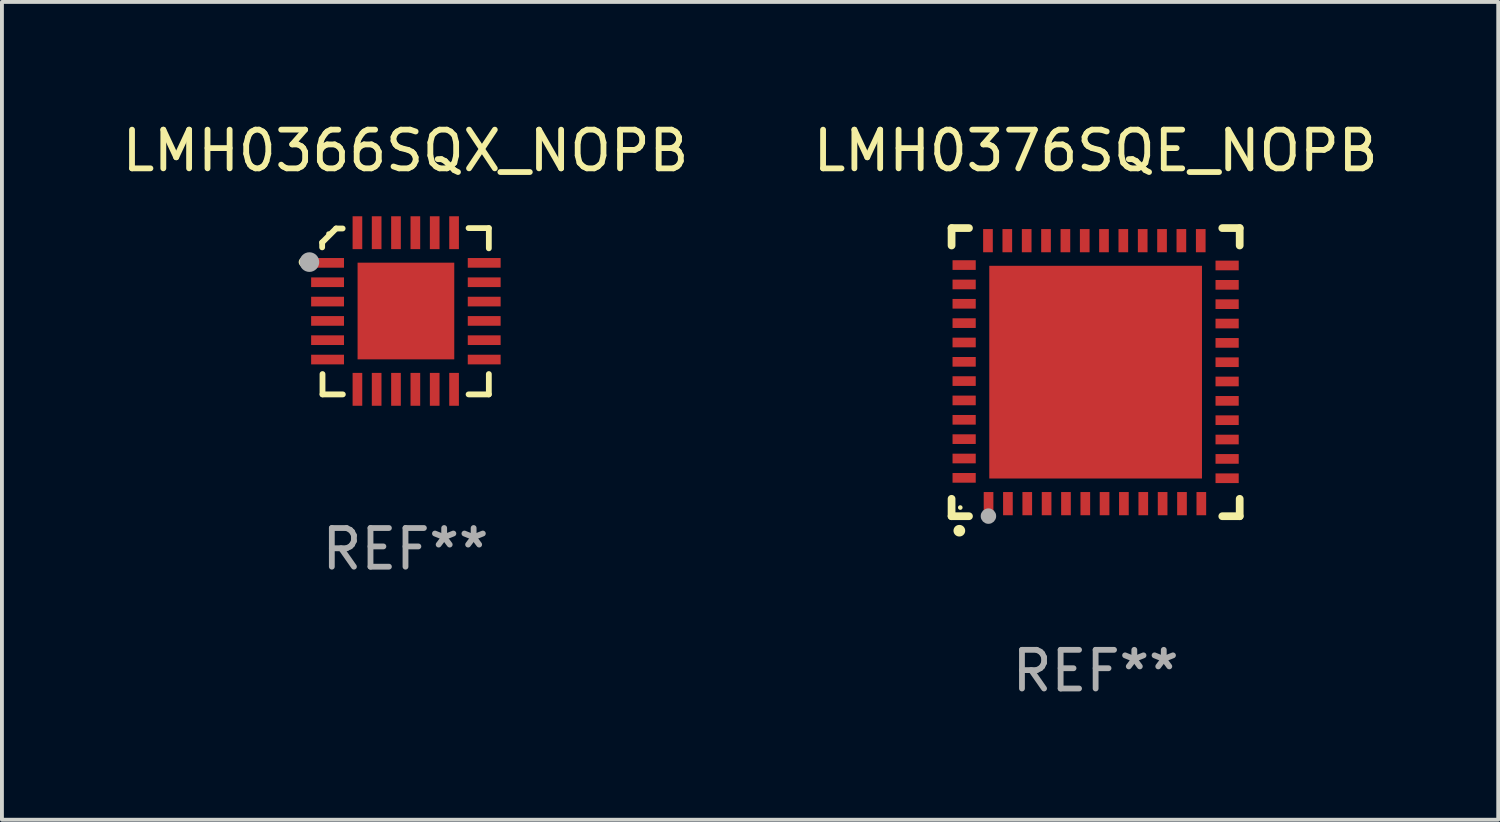
<source format=kicad_pcb>
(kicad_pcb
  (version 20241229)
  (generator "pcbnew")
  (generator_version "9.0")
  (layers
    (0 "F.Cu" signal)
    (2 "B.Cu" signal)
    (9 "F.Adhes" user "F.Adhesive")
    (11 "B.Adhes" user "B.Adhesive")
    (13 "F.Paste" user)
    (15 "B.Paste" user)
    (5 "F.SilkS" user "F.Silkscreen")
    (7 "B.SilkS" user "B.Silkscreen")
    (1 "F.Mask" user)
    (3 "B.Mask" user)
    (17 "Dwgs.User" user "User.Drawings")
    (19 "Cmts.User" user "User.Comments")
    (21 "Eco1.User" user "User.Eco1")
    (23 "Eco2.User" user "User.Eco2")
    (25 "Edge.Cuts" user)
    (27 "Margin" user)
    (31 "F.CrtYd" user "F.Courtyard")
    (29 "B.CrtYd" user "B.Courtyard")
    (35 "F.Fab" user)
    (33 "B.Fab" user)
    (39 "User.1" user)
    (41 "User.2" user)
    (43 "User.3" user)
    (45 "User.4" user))
  (footprint "LMH0376SQE_NOPB"
    (layer "F.Cu")
    (at 25.28 6.573)
    (property "Reference" "LMH0376SQE_NOPB" (at 0 -5.725 0) (layer "F.SilkS") (effects (font (size 1 1) (thickness 0.15))))
    (attr through_hole)
    (fp_line (start -3.725 -3.725) (end -3.275 -3.725) (stroke (width 0.2) (type solid)) (layer "F.SilkS"))
    (fp_line (start -3.725 -3.275) (end -3.725 -3.725) (stroke (width 0.2) (type solid)) (layer "F.SilkS"))
    (fp_line (start -3.725 3.725) (end -3.725 3.275) (stroke (width 0.2) (type solid)) (layer "F.SilkS"))
    (fp_line (start -3.275 3.725) (end -3.725 3.725) (stroke (width 0.2) (type solid)) (layer "F.SilkS"))
    (fp_line (start 3.275 3.725) (end 3.725 3.725) (stroke (width 0.2) (type solid)) (layer "F.SilkS"))
    (fp_line (start 3.725 -3.725) (end 3.275 -3.725) (stroke (width 0.2) (type solid)) (layer "F.SilkS"))
    (fp_line (start 3.725 -3.275) (end 3.725 -3.725) (stroke (width 0.2) (type solid)) (layer "F.SilkS"))
    (fp_line (start 3.725 3.725) (end 3.725 3.275) (stroke (width 0.2) (type solid)) (layer "F.SilkS"))
    (fp_arc (start -3.525527 4.099568) (mid -3.524257 4.099563) (end -3.522987 4.099568) (stroke (width 0.3) (type solid)) (layer "F.SilkS"))
    (fp_circle (center -3.5 3.501) (end -3.47 3.501) (stroke (width 0.06) (type solid)) (fill no) (layer "F.SilkS"))
    (fp_circle (center -2.772 3.722) (end -2.672 3.722) (stroke (width 0.2) (type solid)) (fill no) (layer "F.Fab"))
    (fp_text user "REF**" (at 0 7.725 0) (layer "F.Fab") (effects (font (size 1 1) (thickness 0.15))))
    (pad "1" smd rect (at -2.769 3.4 180) (size 0.25 0.6) (layers "F.Cu" "F.Mask" "F.Paste"))
    (pad "2" smd rect (at -2.268 3.4 180) (size 0.25 0.6) (layers "F.Cu" "F.Mask" "F.Paste"))
    (pad "3" smd rect (at -1.768 3.4 180) (size 0.25 0.6) (layers "F.Cu" "F.Mask" "F.Paste"))
    (pad "4" smd rect (at -1.268 3.4 180) (size 0.25 0.6) (layers "F.Cu" "F.Mask" "F.Paste"))
    (pad "5" smd rect (at -0.767 3.4 180) (size 0.25 0.6) (layers "F.Cu" "F.Mask" "F.Paste"))
    (pad "6" smd rect (at -0.267 3.4 180) (size 0.25 0.6) (layers "F.Cu" "F.Mask" "F.Paste"))
    (pad "7" smd rect (at 0.231 3.4 180) (size 0.25 0.6) (layers "F.Cu" "F.Mask" "F.Paste"))
    (pad "8" smd rect (at 0.731 3.4 180) (size 0.25 0.6) (layers "F.Cu" "F.Mask" "F.Paste"))
    (pad "9" smd rect (at 1.232 3.4 180) (size 0.25 0.6) (layers "F.Cu" "F.Mask" "F.Paste"))
    (pad "10" smd rect (at 1.732 3.4 180) (size 0.25 0.6) (layers "F.Cu" "F.Mask" "F.Paste"))
    (pad "11" smd rect (at 2.233 3.4 180) (size 0.25 0.6) (layers "F.Cu" "F.Mask" "F.Paste"))
    (pad "12" smd rect (at 2.733 3.4 180) (size 0.25 0.6) (layers "F.Cu" "F.Mask" "F.Paste"))
    (pad "13" smd rect (at 3.4 2.743 90) (size 0.25 0.6) (layers "F.Cu" "F.Mask" "F.Paste"))
    (pad "14" smd rect (at 3.4 2.243 90) (size 0.25 0.6) (layers "F.Cu" "F.Mask" "F.Paste"))
    (pad "15" smd rect (at 3.4 1.742 90) (size 0.25 0.6) (layers "F.Cu" "F.Mask" "F.Paste"))
    (pad "16" smd rect (at 3.4 1.242 90) (size 0.25 0.6) (layers "F.Cu" "F.Mask" "F.Paste"))
    (pad "17" smd rect (at 3.4 0.742 90) (size 0.25 0.6) (layers "F.Cu" "F.Mask" "F.Paste"))
    (pad "18" smd rect (at 3.4 0.241 90) (size 0.25 0.6) (layers "F.Cu" "F.Mask" "F.Paste"))
    (pad "19" smd rect (at 3.4 -0.257 90) (size 0.25 0.6) (layers "F.Cu" "F.Mask" "F.Paste"))
    (pad "20" smd rect (at 3.4 -0.757 90) (size 0.25 0.6) (layers "F.Cu" "F.Mask" "F.Paste"))
    (pad "21" smd rect (at 3.4 -1.257 90) (size 0.25 0.6) (layers "F.Cu" "F.Mask" "F.Paste"))
    (pad "22" smd rect (at 3.4 -1.758 90) (size 0.25 0.6) (layers "F.Cu" "F.Mask" "F.Paste"))
    (pad "23" smd rect (at 3.4 -2.258 90) (size 0.25 0.6) (layers "F.Cu" "F.Mask" "F.Paste"))
    (pad "24" smd rect (at 3.4 -2.759 90) (size 0.25 0.6) (layers "F.Cu" "F.Mask" "F.Paste"))
    (pad "25" smd rect (at 2.718 -3.4 180) (size 0.25 0.6) (layers "F.Cu" "F.Mask" "F.Paste"))
    (pad "26" smd rect (at 2.217 -3.4 180) (size 0.25 0.6) (layers "F.Cu" "F.Mask" "F.Paste"))
    (pad "27" smd rect (at 1.717 -3.4 180) (size 0.25 0.6) (layers "F.Cu" "F.Mask" "F.Paste"))
    (pad "28" smd rect (at 1.217 -3.4 180) (size 0.25 0.6) (layers "F.Cu" "F.Mask" "F.Paste"))
    (pad "29" smd rect (at 0.716 -3.4 180) (size 0.25 0.6) (layers "F.Cu" "F.Mask" "F.Paste"))
    (pad "30" smd rect (at 0.216 -3.4 180) (size 0.25 0.6) (layers "F.Cu" "F.Mask" "F.Paste"))
    (pad "31" smd rect (at -0.282 -3.4 180) (size 0.25 0.6) (layers "F.Cu" "F.Mask" "F.Paste"))
    (pad "32" smd rect (at -0.782 -3.4 180) (size 0.25 0.6) (layers "F.Cu" "F.Mask" "F.Paste"))
    (pad "33" smd rect (at -1.283 -3.4 180) (size 0.25 0.6) (layers "F.Cu" "F.Mask" "F.Paste"))
    (pad "34" smd rect (at -1.783 -3.4 180) (size 0.25 0.6) (layers "F.Cu" "F.Mask" "F.Paste"))
    (pad "35" smd rect (at -2.284 -3.4 180) (size 0.25 0.6) (layers "F.Cu" "F.Mask" "F.Paste"))
    (pad "36" smd rect (at -2.784 -3.4 180) (size 0.25 0.6) (layers "F.Cu" "F.Mask" "F.Paste"))
    (pad "37" smd rect (at -3.4 -2.769 90) (size 0.25 0.6) (layers "F.Cu" "F.Mask" "F.Paste"))
    (pad "38" smd rect (at -3.4 -2.268 90) (size 0.25 0.6) (layers "F.Cu" "F.Mask" "F.Paste"))
    (pad "39" smd rect (at -3.4 -1.768 90) (size 0.25 0.6) (layers "F.Cu" "F.Mask" "F.Paste"))
    (pad "40" smd rect (at -3.4 -1.268 90) (size 0.25 0.6) (layers "F.Cu" "F.Mask" "F.Paste"))
    (pad "41" smd rect (at -3.4 -0.767 90) (size 0.25 0.6) (layers "F.Cu" "F.Mask" "F.Paste"))
    (pad "42" smd rect (at -3.4 -0.267 90) (size 0.25 0.6) (layers "F.Cu" "F.Mask" "F.Paste"))
    (pad "43" smd rect (at -3.4 0.231 90) (size 0.25 0.6) (layers "F.Cu" "F.Mask" "F.Paste"))
    (pad "44" smd rect (at -3.4 0.731 90) (size 0.25 0.6) (layers "F.Cu" "F.Mask" "F.Paste"))
    (pad "45" smd rect (at -3.4 1.232 90) (size 0.25 0.6) (layers "F.Cu" "F.Mask" "F.Paste"))
    (pad "46" smd rect (at -3.4 1.732 90) (size 0.25 0.6) (layers "F.Cu" "F.Mask" "F.Paste"))
    (pad "47" smd rect (at -3.4 2.233 90) (size 0.25 0.6) (layers "F.Cu" "F.Mask" "F.Paste"))
    (pad "48" smd rect (at -3.4 2.733 90) (size 0.25 0.6) (layers "F.Cu" "F.Mask" "F.Paste"))
    (pad "49" smd rect (at -0.000076 -0.000076 90) (size 5.5 5.5) (layers "F.Cu" "F.Mask" "F.Paste")))
  (footprint "LMH0366SQX_NOPB"
    (layer "F.Cu")
    (at 7.435 4.998)
    (property "Reference" "LMH0366SQX_NOPB" (at 0 -4.15 0) (layer "F.SilkS") (effects (font (size 1 1) (thickness 0.15))))
    (attr through_hole)
    (fp_line (start -2.155 -1.779) (end -2.155 -1.652) (stroke (width 0.15) (type solid)) (layer "F.SilkS"))
    (fp_line (start -2.146 2.15) (end -2.146 1.624) (stroke (width 0.15) (type solid)) (layer "F.SilkS"))
    (fp_line (start -1.795 -2.14) (end -2.155 -1.779) (stroke (width 0.15) (type solid)) (layer "F.SilkS"))
    (fp_line (start -1.625 -2.14) (end -1.795 -2.14) (stroke (width 0.15) (type solid)) (layer "F.SilkS"))
    (fp_line (start -1.62 2.15) (end -2.146 2.15) (stroke (width 0.15) (type solid)) (layer "F.SilkS"))
    (fp_line (start 1.631 -2.15) (end 2.155 -2.15) (stroke (width 0.15) (type solid)) (layer "F.SilkS"))
    (fp_line (start 1.631 2.15) (end 2.155 2.15) (stroke (width 0.15) (type solid)) (layer "F.SilkS"))
    (fp_line (start 2.155 -2.15) (end 2.155 -1.627) (stroke (width 0.15) (type solid)) (layer "F.SilkS"))
    (fp_line (start 2.155 2.15) (end 2.155 1.624) (stroke (width 0.15) (type solid)) (layer "F.SilkS"))
    (fp_circle (center -2.637 -1.271) (end -2.561 -1.271) (stroke (width 0.1) (type solid)) (fill no) (layer "F.SilkS"))
    (fp_circle (center -1.99 -2.006) (end -1.96 -2.006) (stroke (width 0.06) (type solid)) (fill no) (layer "F.SilkS"))
    (fp_circle (center -2.485 -1.271) (end -2.358 -1.271) (stroke (width 0.254) (type solid)) (fill no) (layer "F.Fab"))
    (fp_text user "REF**" (at 0 6.15 0) (layer "F.Fab") (effects (font (size 1 1) (thickness 0.15))))
    (pad "1" smd rect (at -2.015 -1.251) (size 0.85 0.25) (layers "F.Cu" "F.Mask" "F.Paste"))
    (pad "2" smd rect (at -2.015 -0.75) (size 0.85 0.25) (layers "F.Cu" "F.Mask" "F.Paste"))
    (pad "3" smd rect (at -2.015 -0.25) (size 0.85 0.25) (layers "F.Cu" "F.Mask" "F.Paste"))
    (pad "4" smd rect (at -2.015 0.25) (size 0.85 0.25) (layers "F.Cu" "F.Mask" "F.Paste"))
    (pad "5" smd rect (at -2.015 0.748) (size 0.85 0.25) (layers "F.Cu" "F.Mask" "F.Paste"))
    (pad "6" smd rect (at -2.015 1.249) (size 0.85 0.25) (layers "F.Cu" "F.Mask" "F.Paste"))
    (pad "7" smd rect (at -1.243 2.019 90) (size 0.85 0.25) (layers "F.Cu" "F.Mask" "F.Paste"))
    (pad "8" smd rect (at -0.746 2.019 90) (size 0.85 0.25) (layers "F.Cu" "F.Mask" "F.Paste"))
    (pad "9" smd rect (at -0.246 2.019 90) (size 0.85 0.25) (layers "F.Cu" "F.Mask" "F.Paste"))
    (pad "10" smd rect (at 0.255 2.019 90) (size 0.85 0.25) (layers "F.Cu" "F.Mask" "F.Paste"))
    (pad "11" smd rect (at 0.755 2.019 90) (size 0.85 0.25) (layers "F.Cu" "F.Mask" "F.Paste"))
    (pad "12" smd rect (at 1.256 2.019 90) (size 0.85 0.25) (layers "F.Cu" "F.Mask" "F.Paste"))
    (pad "13" smd rect (at 2.035 1.249) (size 0.85 0.25) (layers "F.Cu" "F.Mask" "F.Paste"))
    (pad "14" smd rect (at 2.035 0.748) (size 0.85 0.25) (layers "F.Cu" "F.Mask" "F.Paste"))
    (pad "15" smd rect (at 2.035 0.25) (size 0.85 0.25) (layers "F.Cu" "F.Mask" "F.Paste"))
    (pad "16" smd rect (at 2.035 -0.25) (size 0.85 0.25) (layers "F.Cu" "F.Mask" "F.Paste"))
    (pad "17" smd rect (at 2.035 -0.75) (size 0.85 0.25) (layers "F.Cu" "F.Mask" "F.Paste"))
    (pad "18" smd rect (at 2.035 -1.251) (size 0.85 0.25) (layers "F.Cu" "F.Mask" "F.Paste"))
    (pad "19" smd rect (at 1.256 -2.031 90) (size 0.85 0.25) (layers "F.Cu" "F.Mask" "F.Paste"))
    (pad "20" smd rect (at 0.755 -2.031 90) (size 0.85 0.25) (layers "F.Cu" "F.Mask" "F.Paste"))
    (pad "21" smd rect (at 0.255 -2.031 90) (size 0.85 0.25) (layers "F.Cu" "F.Mask" "F.Paste"))
    (pad "22" smd rect (at -0.246 -2.031 90) (size 0.85 0.25) (layers "F.Cu" "F.Mask" "F.Paste"))
    (pad "23" smd rect (at -0.746 -2.031 90) (size 0.85 0.25) (layers "F.Cu" "F.Mask" "F.Paste"))
    (pad "24" smd rect (at -1.243 -2.031 90) (size 0.85 0.25) (layers "F.Cu" "F.Mask" "F.Paste"))
    (pad "25" smd rect (at 0.011 -0.006) (size 2.5 2.5) (layers "F.Cu" "F.Mask" "F.Paste")))
  (gr_rect
    (start -3 -3)
    (end 35.69 18.146)
    (stroke (width 0.1) (type default))
    (fill no)
    (layer "Edge.Cuts")))
</source>
